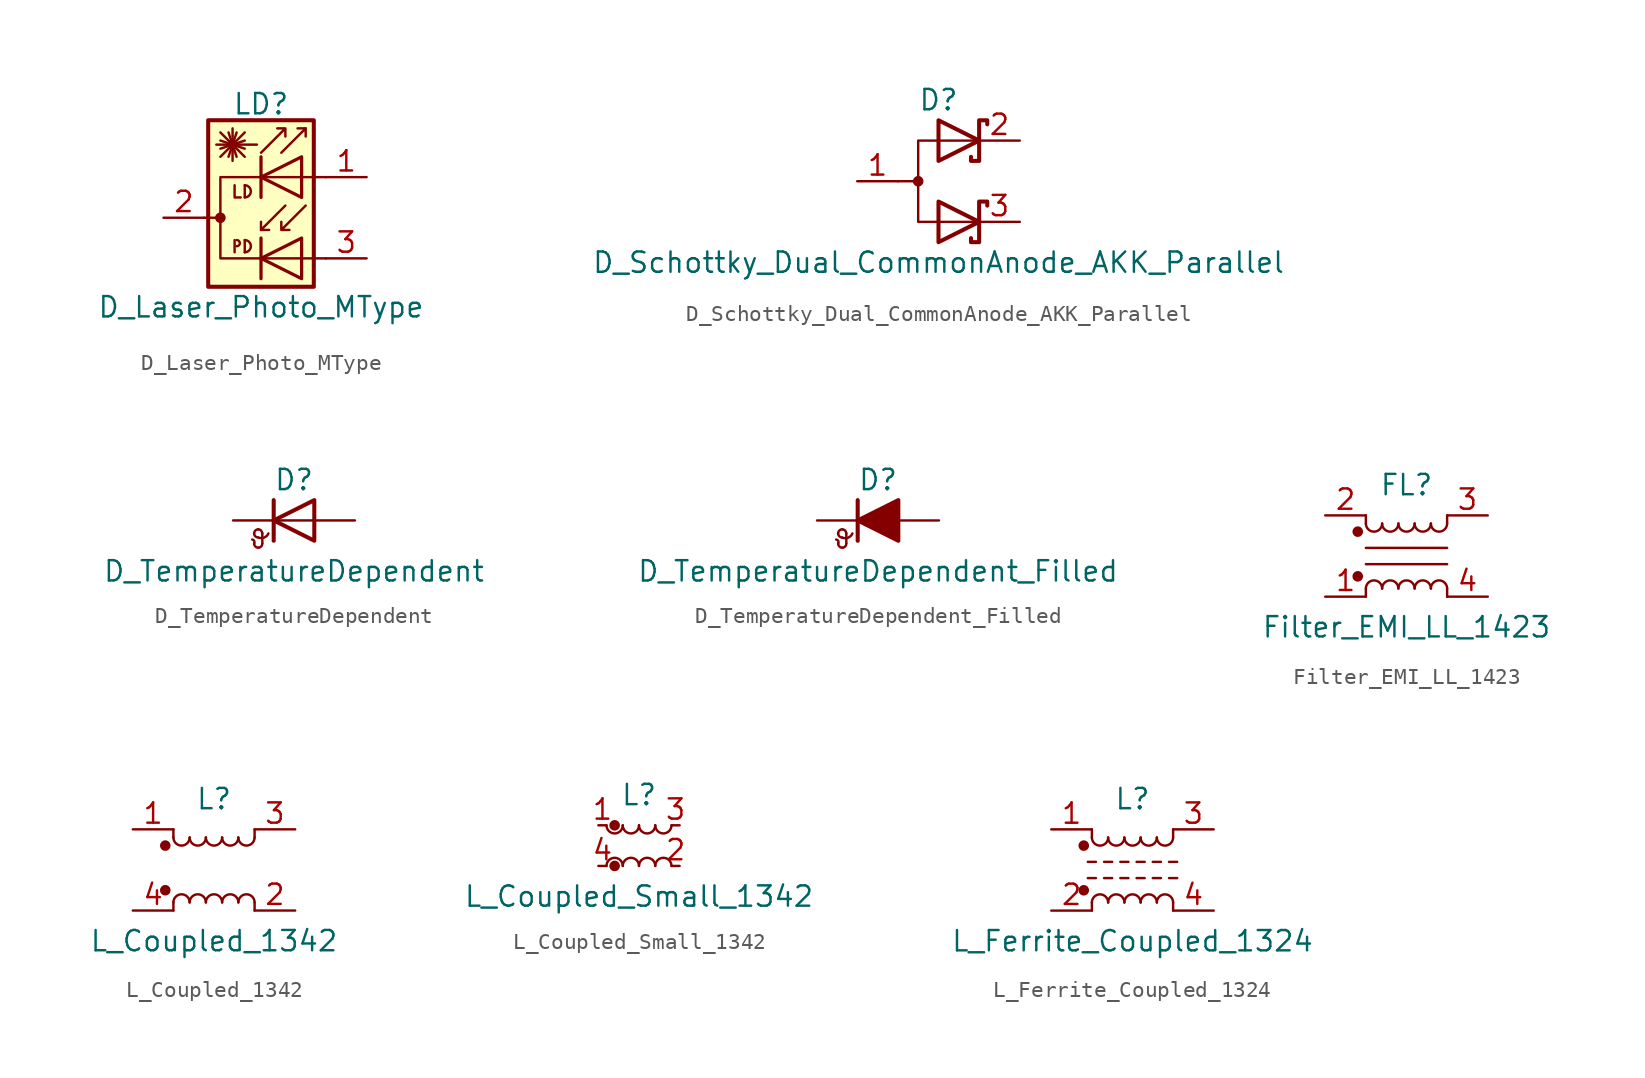
<source format=kicad_sym>
(kicad_symbol_lib
  (version 20241209)
  (generator "kicad_symbol_editor")
  (generator_version "9.0")
  (symbol "D_Laser_Photo_MType"
    (pin_names
      (hide yes))
    (property "Reference" "LD"
      (at 1.016 7.112 0)
      (effects (font (size 1.27 1.27))))
    (property "Value" "D_Laser_Photo_MType"
      (at 1.016 -5.588 0)
      (effects (font (size 1.27 1.27))))
    (symbol "D_Laser_Photo_MType_0_1"
      (polyline (pts (xy -2.54 0) (xy -1.524 0)) (stroke (width 0) (type solid)) (fill (type none)))
      (polyline (pts (xy -1.524 5.334) (xy 0 3.81)) (stroke (width 0) (type solid)) (fill (type none)))
      (polyline (pts (xy -1.524 4.826) (xy 0 4.318)) (stroke (width 0) (type solid)) (fill (type none)))
      (polyline (pts (xy -1.524 4.318) (xy 0 4.826)) (stroke (width 0) (type solid)) (fill (type none)))
      (polyline (pts (xy -1.524 3.81) (xy 0 5.334)) (stroke (width 0) (type solid)) (fill (type none)))
      (circle (center -1.524 0) (radius 0.254) (stroke (width 0) (type solid)) (fill (type outline)))
      (polyline (pts (xy -1.016 5.334) (xy -0.508 3.81)) (stroke (width 0) (type solid)) (fill (type none)))
      (polyline (pts (xy -0.762 4.572) (xy -0.762 5.588)) (stroke (width 0) (type solid)) (fill (type none)))
      (polyline (pts (xy -0.762 4.572) (xy -0.762 3.556)) (stroke (width 0) (type solid)) (fill (type none)))
      (polyline (pts (xy -0.635 2.032) (xy -0.635 1.27) (xy -0.254 1.27)) (stroke (width 0) (type solid)) (fill (type none)))
      (polyline (pts (xy -0.635 -1.397) (xy -0.635 -2.159)) (stroke (width 0) (type solid)) (fill (type none)))
      (polyline (pts (xy -0.508 5.334) (xy -1.016 3.81)) (stroke (width 0) (type solid)) (fill (type none)))
      (arc (start -0.508 -1.397) (mid -0.3048 -1.6002) (end -0.508 -1.778) (stroke (width 0) (type solid)) (fill (type none)))
      (polyline (pts (xy 0 2.032) (xy 0 1.27)) (stroke (width 0) (type solid)) (fill (type none)))
      (arc (start 0 2.032) (mid 0.381 1.651) (end 0 1.27) (stroke (width 0) (type solid)) (fill (type none)))
      (polyline (pts (xy 0 -1.397) (xy 0 -2.159)) (stroke (width 0) (type solid)) (fill (type none)))
      (arc (start 0 -1.397) (mid 0.381 -1.778) (end 0 -2.159) (stroke (width 0) (type solid)) (fill (type none)))
      (polyline (pts (xy 0.762 4.572) (xy -1.778 4.572)) (stroke (width 0) (type solid)) (fill (type none)))
      (polyline (pts (xy 1.016 4.064) (xy 2.54 5.588) (xy 2.54 5.08) (xy 2.54 5.588) (xy 2.032 5.588)) (stroke (width 0) (type solid)) (fill (type none)))
      (polyline (pts (xy 1.016 3.81) (xy 1.016 1.27)) (stroke (width 0.203) (type solid)) (fill (type none)))
      (polyline (pts (xy 1.016 -0.762) (xy 1.524 -0.762)) (stroke (width 0) (type solid)) (fill (type none)))
      (polyline (pts (xy 1.016 -1.27) (xy 1.016 -3.81)) (stroke (width 0.203) (type solid)) (fill (type none)))
      (polyline (pts (xy 2.286 4.064) (xy 3.81 5.588) (xy 3.81 5.08)) (stroke (width 0) (type solid)) (fill (type none)))
      (polyline (pts (xy 2.54 0.762) (xy 1.016 -0.762) (xy 1.016 -0.254)) (stroke (width 0) (type solid)) (fill (type none)))
      (polyline (pts (xy 3.556 3.81) (xy 3.556 1.27) (xy 1.016 2.54) (xy 3.556 3.81)) (stroke (width 0.203) (type solid)) (fill (type none)))
      (polyline (pts (xy 3.556 -1.27) (xy 3.556 -3.81) (xy 1.016 -2.54) (xy 3.556 -1.27)) (stroke (width 0.203) (type solid)) (fill (type none)))
      (polyline (pts (xy 3.81 5.588) (xy 3.302 5.588)) (stroke (width 0) (type solid)) (fill (type none)))
      (polyline (pts (xy 3.81 0.762) (xy 2.286 -0.762) (xy 2.286 -0.254) (xy 2.286 -0.762) (xy 2.794 -0.762)) (stroke (width 0) (type solid)) (fill (type none)))
      (rectangle (start 4.318 6.096) (end -2.286 -4.318) (stroke (width 0.254) (type solid)) (fill (type background)))
      (polyline (pts (xy 5.08 2.54) (xy -1.524 2.54) (xy -1.524 -2.54) (xy 5.08 -2.54)) (stroke (width 0) (type solid)) (fill (type none))))
    (symbol "D_Laser_Photo_MType_1_1"
      (pin passive line (at -5.08 0 0) (length 2.54) (name "~" (effects (font (size 1.27 1.27)))) (number "2" (effects (font (size 1.27 1.27)))))
      (pin passive line (at 7.62 2.54 180) (length 2.54) (name "~" (effects (font (size 1.27 1.27)))) (number "1" (effects (font (size 1.27 1.27)))))
      (pin passive line (at 7.62 -2.54 180) (length 2.54) (name "~" (effects (font (size 1.27 1.27)))) (number "3" (effects (font (size 1.27 1.27)))))))
  (symbol "D_Schottky_Dual_CommonAnode_AKK_Parallel"
    (pin_names
      (offset 0.762)
      (hide yes))
    (property "Reference" "D"
      (at 0 5.08 0)
      (effects (font (size 1.27 1.27))))
    (property "Value" "D_Schottky_Dual_CommonAnode_AKK_Parallel"
      (at 0 -5.08 0)
      (effects (font (size 1.27 1.27))))
    (symbol "D_Schottky_Dual_CommonAnode_AKK_Parallel_0_1"
      (circle (center -1.27 0) (radius 0.254) (stroke (width 0) (type solid)) (fill (type outline)))
      (polyline (pts (xy -1.27 0) (xy -2.54 0)) (stroke (width 0) (type solid)) (fill (type none)))
      (polyline (pts (xy 0 3.81) (xy 2.54 2.54) (xy 0 1.27) (xy 0 3.81) (xy 0 3.81) (xy 0 3.81)) (stroke (width 0.254) (type solid)) (fill (type none)))
      (polyline (pts (xy 0 -1.27) (xy 2.54 -2.54) (xy 0 -3.81) (xy 0 -1.27) (xy 0 -1.27) (xy 0 -1.27)) (stroke (width 0.254) (type solid)) (fill (type none)))
      (polyline (pts (xy 2.54 2.54) (xy -1.27 2.54) (xy -1.27 -2.54) (xy 2.54 -2.54)) (stroke (width 0) (type solid)) (fill (type none)))
      (polyline (pts (xy 3.048 3.556) (xy 3.048 3.81) (xy 2.54 3.81) (xy 2.54 1.27) (xy 2.032 1.27) (xy 2.032 1.524)) (stroke (width 0.254) (type solid)) (fill (type none)))
      (polyline (pts (xy 3.048 -1.524) (xy 3.048 -1.27) (xy 2.54 -1.27) (xy 2.54 -3.81) (xy 2.032 -3.81) (xy 2.032 -3.556)) (stroke (width 0.254) (type solid)) (fill (type none)))
      (pin passive line (at -5.08 0 0) (length 2.54) (name "A" (effects (font (size 1.27 1.27)))) (number "1" (effects (font (size 1.27 1.27)))))
      (pin passive line (at 5.08 2.54 180) (length 2.54) (name "K" (effects (font (size 1.27 1.27)))) (number "2" (effects (font (size 1.27 1.27)))))
      (pin passive line (at 5.08 -2.54 180) (length 2.54) (name "K" (effects (font (size 1.27 1.27)))) (number "3" (effects (font (size 1.27 1.27)))))))
  (symbol "D_TemperatureDependent"
    (pin_numbers
      (hide yes))
    (pin_names
      (offset 1.016)
      (hide yes))
    (property "Reference" "D"
      (at 0 2.54 0)
      (effects (font (size 1.27 1.27))))
    (property "Value" "D_TemperatureDependent"
      (at 0 -3.175 0)
      (effects (font (size 1.27 1.27))))
    (symbol "D_TemperatureDependent_0_1"
      (arc (start -2.6162 -1.1938) (mid -2.4825 -1.2882) (end -2.4892 -1.4478) (stroke (width 0) (type solid)) (fill (type none)))
      (arc (start -2.4892 -0.8128) (mid -2.4148 -0.6332) (end -2.2352 -0.5588) (stroke (width 0) (type solid)) (fill (type none)))
      (arc (start -2.2352 -0.5588) (mid -2.0556 -0.6332) (end -1.9812 -0.8128) (stroke (width 0) (type solid)) (fill (type none)))
      (arc (start -2.2352 -1.0668) (mid -2.4148 -0.9924) (end -2.4892 -0.8128) (stroke (width 0) (type solid)) (fill (type none)))
      (arc (start -2.2352 -1.7018) (mid -2.4148 -1.6274) (end -2.4892 -1.4478) (stroke (width 0) (type solid)) (fill (type none)))
      (arc (start -1.9812 -1.4478) (mid -2.0556 -1.6274) (end -2.2352 -1.7018) (stroke (width 0) (type solid)) (fill (type none)))
      (arc (start -1.6002 -0.8128) (mid -1.8693 -1.0737) (end -2.2352 -1.0668) (stroke (width 0) (type solid)) (fill (type none)))
      (polyline (pts (xy -1.981 -1.422) (xy -1.981 -0.813)) (stroke (width 0) (type solid)) (fill (type none)))
      (polyline (pts (xy -1.27 1.27) (xy -1.27 -1.27)) (stroke (width 0.254) (type solid)) (fill (type none)))
      (polyline (pts (xy 1.27 0) (xy -1.27 0)) (stroke (width 0) (type solid)) (fill (type none)))
      (polyline (pts (xy 1.27 -1.27) (xy 1.27 1.27) (xy -1.27 0) (xy 1.27 -1.27)) (stroke (width 0.254) (type solid)) (fill (type none))))
    (symbol "D_TemperatureDependent_1_1"
      (pin passive line (at -3.81 0 0) (length 2.54) (name "K" (effects (font (size 1.27 1.27)))) (number "1" (effects (font (size 1.27 1.27)))))
      (pin passive line (at 3.81 0 180) (length 2.54) (name "A" (effects (font (size 1.27 1.27)))) (number "2" (effects (font (size 1.27 1.27)))))))
  (symbol "D_TemperatureDependent_Filled"
    (pin_numbers
      (hide yes))
    (pin_names
      (offset 1.016)
      (hide yes))
    (property "Reference" "D"
      (at 0 2.54 0)
      (effects (font (size 1.27 1.27))))
    (property "Value" "D_TemperatureDependent_Filled"
      (at 0 -3.175 0)
      (effects (font (size 1.27 1.27))))
    (symbol "D_TemperatureDependent_Filled_0_1"
      (arc (start -2.6162 -1.1938) (mid -2.4825 -1.2882) (end -2.4892 -1.4478) (stroke (width 0) (type solid)) (fill (type none)))
      (arc (start -2.4892 -0.8128) (mid -2.4148 -0.6332) (end -2.2352 -0.5588) (stroke (width 0) (type solid)) (fill (type none)))
      (arc (start -2.2352 -0.5588) (mid -2.0556 -0.6332) (end -1.9812 -0.8128) (stroke (width 0) (type solid)) (fill (type none)))
      (arc (start -2.2352 -1.0668) (mid -2.4148 -0.9924) (end -2.4892 -0.8128) (stroke (width 0) (type solid)) (fill (type none)))
      (arc (start -2.2352 -1.7018) (mid -2.4148 -1.6274) (end -2.4892 -1.4478) (stroke (width 0) (type solid)) (fill (type none)))
      (arc (start -1.9812 -1.4478) (mid -2.0556 -1.6274) (end -2.2352 -1.7018) (stroke (width 0) (type solid)) (fill (type none)))
      (arc (start -1.6002 -0.8128) (mid -1.8693 -1.0737) (end -2.2352 -1.0668) (stroke (width 0) (type solid)) (fill (type none)))
      (polyline (pts (xy -1.981 -1.422) (xy -1.981 -0.813)) (stroke (width 0) (type solid)) (fill (type none)))
      (polyline (pts (xy -1.27 1.27) (xy -1.27 -1.27)) (stroke (width 0.254) (type solid)) (fill (type none)))
      (polyline (pts (xy 1.27 0) (xy -1.27 0)) (stroke (width 0) (type solid)) (fill (type none)))
      (polyline (pts (xy 1.27 -1.27) (xy 1.27 1.27) (xy -1.27 0) (xy 1.27 -1.27)) (stroke (width 0.254) (type solid)) (fill (type outline))))
    (symbol "D_TemperatureDependent_Filled_1_1"
      (pin passive line (at -3.81 0 0) (length 2.54) (name "K" (effects (font (size 1.27 1.27)))) (number "1" (effects (font (size 1.27 1.27)))))
      (pin passive line (at 3.81 0 180) (length 2.54) (name "A" (effects (font (size 1.27 1.27)))) (number "2" (effects (font (size 1.27 1.27)))))))
  (symbol "Filter_EMI_LL_1423"
    (pin_names
      (hide yes))
    (property "Reference" "FL"
      (at 0 4.445 0)
      (effects (font (size 1.27 1.27))))
    (property "Value" "Filter_EMI_LL_1423"
      (at 0 -4.445 0)
      (effects (font (size 1.27 1.27))))
    (symbol "Filter_EMI_LL_1423_0_1"
      (circle (center -3.048 1.524) (radius 0.254) (stroke (width 0) (type solid)) (fill (type outline)))
      (circle (center -3.048 -1.27) (radius 0.254) (stroke (width 0) (type solid)) (fill (type outline)))
      (polyline (pts (xy -2.54 2.032) (xy -2.54 2.54)) (stroke (width 0) (type solid)) (fill (type none)))
      (polyline (pts (xy -2.54 0.508) (xy 2.54 0.508)) (stroke (width 0) (type solid)) (fill (type none)))
      (polyline (pts (xy -2.54 -2.032) (xy -2.54 -2.54)) (stroke (width 0) (type solid)) (fill (type none)))
      (arc (start -1.524 2.032) (mid -2.032 1.524) (end -2.54 2.032) (stroke (width 0) (type solid)) (fill (type none)))
      (arc (start -2.54 -2.032) (mid -2.032 -1.524) (end -1.524 -2.032) (stroke (width 0) (type solid)) (fill (type none)))
      (arc (start -0.508 2.032) (mid -1.016 1.524) (end -1.524 2.032) (stroke (width 0) (type solid)) (fill (type none)))
      (arc (start -1.524 -2.032) (mid -1.016 -1.524) (end -0.508 -2.032) (stroke (width 0) (type solid)) (fill (type none)))
      (arc (start 0.508 2.032) (mid 0 1.524) (end -0.508 2.032) (stroke (width 0) (type solid)) (fill (type none)))
      (arc (start -0.508 -2.032) (mid 0 -1.524) (end 0.508 -2.032) (stroke (width 0) (type solid)) (fill (type none)))
      (arc (start 1.524 2.032) (mid 1.016 1.524) (end 0.508 2.032) (stroke (width 0) (type solid)) (fill (type none)))
      (arc (start 0.508 -2.032) (mid 1.016 -1.524) (end 1.524 -2.032) (stroke (width 0) (type solid)) (fill (type none)))
      (arc (start 2.54 2.032) (mid 2.032 1.524) (end 1.524 2.032) (stroke (width 0) (type solid)) (fill (type none)))
      (arc (start 1.524 -2.032) (mid 2.032 -1.524) (end 2.54 -2.032) (stroke (width 0) (type solid)) (fill (type none)))
      (polyline (pts (xy 2.54 2.54) (xy 2.54 2.032)) (stroke (width 0) (type solid)) (fill (type none)))
      (polyline (pts (xy 2.54 -0.508) (xy -2.54 -0.508)) (stroke (width 0) (type solid)) (fill (type none)))
      (polyline (pts (xy 2.54 -2.032) (xy 2.54 -2.54)) (stroke (width 0) (type solid)) (fill (type none))))
    (symbol "Filter_EMI_LL_1423_1_1"
      (pin passive line (at -5.08 2.54 0) (length 2.54) (name "2" (effects (font (size 1.27 1.27)))) (number "2" (effects (font (size 1.27 1.27)))))
      (pin passive line (at -5.08 -2.54 0) (length 2.54) (name "1" (effects (font (size 1.27 1.27)))) (number "1" (effects (font (size 1.27 1.27)))))
      (pin passive line (at 5.08 2.54 180) (length 2.54) (name "3" (effects (font (size 1.27 1.27)))) (number "3" (effects (font (size 1.27 1.27)))))
      (pin passive line (at 5.08 -2.54 180) (length 2.54) (name "4" (effects (font (size 1.27 1.27)))) (number "4" (effects (font (size 1.27 1.27)))))))
  (symbol "L_Coupled_1342"
    (pin_names
      (offset 0.254)
      (hide yes))
    (property "Reference" "L"
      (at 0 4.445 0)
      (effects (font (size 1.27 1.27))))
    (property "Value" "L_Coupled_1342"
      (at 0 -4.445 0)
      (effects (font (size 1.27 1.27))))
    (symbol "L_Coupled_1342_0_1"
      (circle (center -3.048 1.524) (radius 0.254) (stroke (width 0) (type solid)) (fill (type outline)))
      (circle (center -3.048 -1.27) (radius 0.254) (stroke (width 0) (type solid)) (fill (type outline)))
      (polyline (pts (xy -2.54 2.032) (xy -2.54 2.54)) (stroke (width 0) (type solid)) (fill (type none)))
      (polyline (pts (xy -2.54 -2.032) (xy -2.54 -2.54)) (stroke (width 0) (type solid)) (fill (type none)))
      (arc (start -1.524 2.032) (mid -2.032 1.524) (end -2.54 2.032) (stroke (width 0) (type solid)) (fill (type none)))
      (arc (start -2.54 -2.032) (mid -2.032 -1.524) (end -1.524 -2.032) (stroke (width 0) (type solid)) (fill (type none)))
      (arc (start -0.508 2.032) (mid -1.016 1.524) (end -1.524 2.032) (stroke (width 0) (type solid)) (fill (type none)))
      (arc (start -1.524 -2.032) (mid -1.016 -1.524) (end -0.508 -2.032) (stroke (width 0) (type solid)) (fill (type none)))
      (arc (start 0.508 2.032) (mid 0 1.524) (end -0.508 2.032) (stroke (width 0) (type solid)) (fill (type none)))
      (arc (start -0.508 -2.032) (mid 0 -1.524) (end 0.508 -2.032) (stroke (width 0) (type solid)) (fill (type none)))
      (arc (start 1.524 2.032) (mid 1.016 1.524) (end 0.508 2.032) (stroke (width 0) (type solid)) (fill (type none)))
      (arc (start 0.508 -2.032) (mid 1.016 -1.524) (end 1.524 -2.032) (stroke (width 0) (type solid)) (fill (type none)))
      (arc (start 2.54 2.032) (mid 2.032 1.524) (end 1.524 2.032) (stroke (width 0) (type solid)) (fill (type none)))
      (arc (start 1.524 -2.032) (mid 2.032 -1.524) (end 2.54 -2.032) (stroke (width 0) (type solid)) (fill (type none)))
      (polyline (pts (xy 2.54 2.54) (xy 2.54 2.032)) (stroke (width 0) (type solid)) (fill (type none)))
      (polyline (pts (xy 2.54 -2.032) (xy 2.54 -2.54)) (stroke (width 0) (type solid)) (fill (type none))))
    (symbol "L_Coupled_1342_1_1"
      (pin passive line (at -5.08 2.54 0) (length 2.54) (name "1" (effects (font (size 1.27 1.27)))) (number "1" (effects (font (size 1.27 1.27)))))
      (pin passive line (at -5.08 -2.54 0) (length 2.54) (name "4" (effects (font (size 1.27 1.27)))) (number "4" (effects (font (size 1.27 1.27)))))
      (pin passive line (at 5.08 2.54 180) (length 2.54) (name "3" (effects (font (size 1.27 1.27)))) (number "3" (effects (font (size 1.27 1.27)))))
      (pin passive line (at 5.08 -2.54 180) (length 2.54) (name "2" (effects (font (size 1.27 1.27)))) (number "2" (effects (font (size 1.27 1.27)))))))
  (symbol "L_Coupled_Small_1342"
    (pin_names
      (offset 0.254)
      (hide yes))
    (property "Reference" "L"
      (at 0 3.175 0)
      (effects (font (size 1.27 1.27))))
    (property "Value" "L_Coupled_Small_1342"
      (at 0 -3.175 0)
      (effects (font (size 1.27 1.27))))
    (symbol "L_Coupled_Small_1342_0_1"
      (circle (center -1.524 1.27) (radius 0.254) (stroke (width 0) (type solid)) (fill (type outline)))
      (arc (start -1.016 1.27) (mid -1.524 0.762) (end -2.032 1.27) (stroke (width 0) (type solid)) (fill (type none)))
      (arc (start -2.032 -1.27) (mid -1.524 -0.762) (end -1.016 -1.27) (stroke (width 0) (type solid)) (fill (type none)))
      (circle (center -1.524 -1.27) (radius 0.254) (stroke (width 0) (type solid)) (fill (type outline)))
      (arc (start 0 1.27) (mid -0.508 0.762) (end -1.016 1.27) (stroke (width 0) (type solid)) (fill (type none)))
      (arc (start -1.016 -1.27) (mid -0.508 -0.762) (end 0 -1.27) (stroke (width 0) (type solid)) (fill (type none)))
      (arc (start 1.016 1.27) (mid 0.508 0.762) (end 0 1.27) (stroke (width 0) (type solid)) (fill (type none)))
      (arc (start 0 -1.27) (mid 0.508 -0.762) (end 1.016 -1.27) (stroke (width 0) (type solid)) (fill (type none)))
      (arc (start 2.032 1.27) (mid 1.524 0.762) (end 1.016 1.27) (stroke (width 0) (type solid)) (fill (type none)))
      (arc (start 1.016 -1.27) (mid 1.524 -0.762) (end 2.032 -1.27) (stroke (width 0) (type solid)) (fill (type none))))
    (symbol "L_Coupled_Small_1342_1_1"
      (pin passive line (at -2.54 1.27 0) (length 0.508) (name "1" (effects (font (size 1.27 1.27)))) (number "1" (effects (font (size 1.27 1.27)))))
      (pin passive line (at -2.54 -1.27 0) (length 0.508) (name "4" (effects (font (size 1.27 1.27)))) (number "4" (effects (font (size 1.27 1.27)))))
      (pin passive line (at 2.54 1.27 180) (length 0.508) (name "3" (effects (font (size 1.27 1.27)))) (number "3" (effects (font (size 1.27 1.27)))))
      (pin passive line (at 2.54 -1.27 180) (length 0.508) (name "2" (effects (font (size 1.27 1.27)))) (number "2" (effects (font (size 1.27 1.27)))))))
  (symbol "L_Ferrite_Coupled_1324"
    (pin_names
      (offset 0.254)
      (hide yes))
    (property "Reference" "L"
      (at 0 4.445 0)
      (effects (font (size 1.27 1.27))))
    (property "Value" "L_Ferrite_Coupled_1324"
      (at 0 -4.445 0)
      (effects (font (size 1.27 1.27))))
    (symbol "L_Ferrite_Coupled_1324_0_1"
      (circle (center -3.048 1.524) (radius 0.254) (stroke (width 0) (type solid)) (fill (type outline)))
      (circle (center -3.048 -1.27) (radius 0.254) (stroke (width 0) (type solid)) (fill (type outline)))
      (polyline (pts (xy -2.794 0.508) (xy -2.286 0.508)) (stroke (width 0) (type solid)) (fill (type none)))
      (polyline (pts (xy -2.794 -0.508) (xy -2.286 -0.508)) (stroke (width 0) (type solid)) (fill (type none)))
      (polyline (pts (xy -2.54 2.032) (xy -2.54 2.54)) (stroke (width 0) (type solid)) (fill (type none)))
      (polyline (pts (xy -2.54 -2.032) (xy -2.54 -2.54)) (stroke (width 0) (type solid)) (fill (type none)))
      (arc (start -1.524 2.032) (mid -2.032 1.524) (end -2.54 2.032) (stroke (width 0) (type solid)) (fill (type none)))
      (arc (start -2.54 -2.032) (mid -2.032 -1.524) (end -1.524 -2.032) (stroke (width 0) (type solid)) (fill (type none)))
      (polyline (pts (xy -1.778 0.508) (xy -1.27 0.508)) (stroke (width 0) (type solid)) (fill (type none)))
      (polyline (pts (xy -1.778 -0.508) (xy -1.27 -0.508)) (stroke (width 0) (type solid)) (fill (type none)))
      (arc (start -0.508 2.032) (mid -1.016 1.524) (end -1.524 2.032) (stroke (width 0) (type solid)) (fill (type none)))
      (arc (start -1.524 -2.032) (mid -1.016 -1.524) (end -0.508 -2.032) (stroke (width 0) (type solid)) (fill (type none)))
      (polyline (pts (xy -0.762 0.508) (xy -0.254 0.508)) (stroke (width 0) (type solid)) (fill (type none)))
      (polyline (pts (xy -0.762 -0.508) (xy -0.254 -0.508)) (stroke (width 0) (type solid)) (fill (type none)))
      (arc (start 0.508 2.032) (mid 0 1.524) (end -0.508 2.032) (stroke (width 0) (type solid)) (fill (type none)))
      (arc (start -0.508 -2.032) (mid 0 -1.524) (end 0.508 -2.032) (stroke (width 0) (type solid)) (fill (type none)))
      (polyline (pts (xy 0.254 0.508) (xy 0.762 0.508)) (stroke (width 0) (type solid)) (fill (type none)))
      (polyline (pts (xy 0.254 -0.508) (xy 0.762 -0.508)) (stroke (width 0) (type solid)) (fill (type none)))
      (arc (start 1.524 2.032) (mid 1.016 1.524) (end 0.508 2.032) (stroke (width 0) (type solid)) (fill (type none)))
      (arc (start 0.508 -2.032) (mid 1.016 -1.524) (end 1.524 -2.032) (stroke (width 0) (type solid)) (fill (type none)))
      (polyline (pts (xy 1.27 0.508) (xy 1.778 0.508)) (stroke (width 0) (type solid)) (fill (type none)))
      (polyline (pts (xy 1.27 -0.508) (xy 1.778 -0.508)) (stroke (width 0) (type solid)) (fill (type none)))
      (arc (start 2.54 2.032) (mid 2.032 1.524) (end 1.524 2.032) (stroke (width 0) (type solid)) (fill (type none)))
      (arc (start 1.524 -2.032) (mid 2.032 -1.524) (end 2.54 -2.032) (stroke (width 0) (type solid)) (fill (type none)))
      (polyline (pts (xy 2.286 0.508) (xy 2.794 0.508)) (stroke (width 0) (type solid)) (fill (type none)))
      (polyline (pts (xy 2.286 -0.508) (xy 2.794 -0.508)) (stroke (width 0) (type solid)) (fill (type none)))
      (polyline (pts (xy 2.54 2.54) (xy 2.54 2.032)) (stroke (width 0) (type solid)) (fill (type none)))
      (polyline (pts (xy 2.54 -2.032) (xy 2.54 -2.54)) (stroke (width 0) (type solid)) (fill (type none))))
    (symbol "L_Ferrite_Coupled_1324_1_1"
      (pin passive line (at -5.08 2.54 0) (length 2.54) (name "1" (effects (font (size 1.27 1.27)))) (number "1" (effects (font (size 1.27 1.27)))))
      (pin passive line (at -5.08 -2.54 0) (length 2.54) (name "2" (effects (font (size 1.27 1.27)))) (number "2" (effects (font (size 1.27 1.27)))))
      (pin passive line (at 5.08 2.54 180) (length 2.54) (name "3" (effects (font (size 1.27 1.27)))) (number "3" (effects (font (size 1.27 1.27)))))
      (pin passive line (at 5.08 -2.54 180) (length 2.54) (name "4" (effects (font (size 1.27 1.27)))) (number "4" (effects (font (size 1.27 1.27))))))))
</source>
